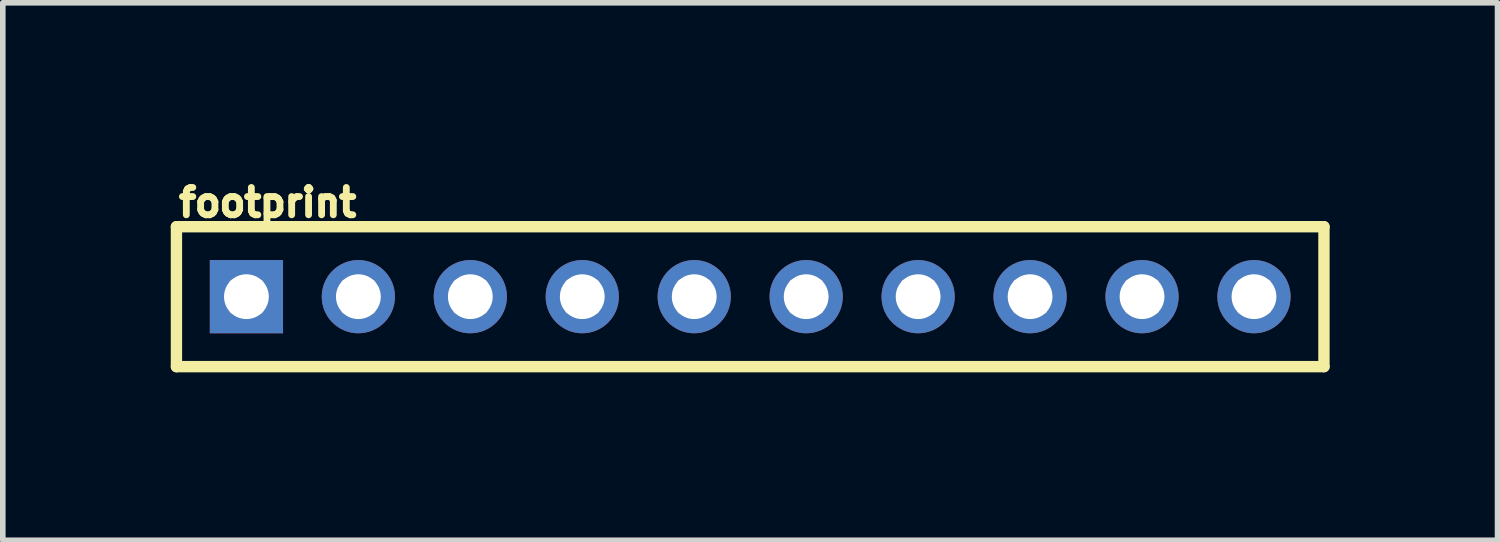
<source format=kicad_pcb>
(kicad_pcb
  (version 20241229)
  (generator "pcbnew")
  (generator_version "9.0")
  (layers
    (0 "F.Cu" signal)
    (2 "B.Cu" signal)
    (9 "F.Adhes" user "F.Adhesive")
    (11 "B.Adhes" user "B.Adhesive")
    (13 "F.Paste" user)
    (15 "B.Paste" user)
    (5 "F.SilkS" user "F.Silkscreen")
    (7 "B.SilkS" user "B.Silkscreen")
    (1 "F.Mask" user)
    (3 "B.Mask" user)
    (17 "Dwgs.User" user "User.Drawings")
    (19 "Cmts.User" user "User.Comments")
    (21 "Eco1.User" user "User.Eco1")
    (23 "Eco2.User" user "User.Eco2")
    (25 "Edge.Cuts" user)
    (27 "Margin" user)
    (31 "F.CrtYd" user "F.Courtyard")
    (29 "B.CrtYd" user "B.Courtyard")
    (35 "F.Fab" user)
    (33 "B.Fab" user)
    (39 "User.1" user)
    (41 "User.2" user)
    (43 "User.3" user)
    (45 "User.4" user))
  (footprint "footprint"
    (layer "F.Cu")
    (at 1.352 2.25)
    (property "Reference" "footprint" (at -1.27 -1.397 0) (layer "F.SilkS") (effects (font (size 0.488 0.488) (thickness 0.122)) (justify left bottom)))
    (fp_line (start -1.25 -1.25) (end -1.25 1.25) (stroke (width 0.203) (type solid)) (layer "F.SilkS"))
    (fp_line (start -1.25 -1.25) (end 19.25 -1.25) (stroke (width 0.203) (type solid)) (layer "F.SilkS"))
    (fp_line (start 19.25 -1.25) (end 19.25 1.25) (stroke (width 0.203) (type solid)) (layer "F.SilkS"))
    (fp_line (start 19.25 1.25) (end -1.25 1.25) (stroke (width 0.203) (type solid)) (layer "F.SilkS"))
    (fp_poly (pts (xy -0.254 0.254) (xy 0.254 0.254) (xy 0.254 -0.254) (xy -0.254 -0.254)) (stroke (width 0.1) (type solid)) (fill no) (layer "F.Fab"))
    (fp_poly (pts (xy 1.746 0.254) (xy 2.254 0.254) (xy 2.254 -0.254) (xy 1.746 -0.254)) (stroke (width 0.1) (type solid)) (fill no) (layer "F.Fab"))
    (fp_poly (pts (xy 3.746 0.254) (xy 4.254 0.254) (xy 4.254 -0.254) (xy 3.746 -0.254)) (stroke (width 0.1) (type solid)) (fill no) (layer "F.Fab"))
    (fp_poly (pts (xy 5.746 0.254) (xy 6.254 0.254) (xy 6.254 -0.254) (xy 5.746 -0.254)) (stroke (width 0.1) (type solid)) (fill no) (layer "F.Fab"))
    (fp_poly (pts (xy 7.746 0.254) (xy 8.254 0.254) (xy 8.254 -0.254) (xy 7.746 -0.254)) (stroke (width 0.1) (type solid)) (fill no) (layer "F.Fab"))
    (fp_poly (pts (xy 9.746 0.254) (xy 10.254 0.254) (xy 10.254 -0.254) (xy 9.746 -0.254)) (stroke (width 0.1) (type solid)) (fill no) (layer "F.Fab"))
    (fp_poly (pts (xy 11.746 0.254) (xy 12.254 0.254) (xy 12.254 -0.254) (xy 11.746 -0.254)) (stroke (width 0.1) (type solid)) (fill no) (layer "F.Fab"))
    (fp_poly (pts (xy 13.746 0.254) (xy 14.254 0.254) (xy 14.254 -0.254) (xy 13.746 -0.254)) (stroke (width 0.1) (type solid)) (fill no) (layer "F.Fab"))
    (fp_poly (pts (xy 15.746 0.254) (xy 16.254 0.254) (xy 16.254 -0.254) (xy 15.746 -0.254)) (stroke (width 0.1) (type solid)) (fill no) (layer "F.Fab"))
    (fp_poly (pts (xy 17.746 0.254) (xy 18.254 0.254) (xy 18.254 -0.254) (xy 17.746 -0.254)) (stroke (width 0.1) (type solid)) (fill no) (layer "F.Fab"))
    (pad "1" thru_hole rect (at 0 0 90) (size 1.308 1.308) (drill 0.8) (layers "*.Cu" "*.Mask"))
    (pad "2" thru_hole circle (at 2 0 90) (size 1.308 1.308) (drill 0.8) (layers "*.Cu" "*.Mask"))
    (pad "3" thru_hole circle (at 4 0 90) (size 1.308 1.308) (drill 0.8) (layers "*.Cu" "*.Mask"))
    (pad "4" thru_hole circle (at 6 0 90) (size 1.308 1.308) (drill 0.8) (layers "*.Cu" "*.Mask"))
    (pad "5" thru_hole circle (at 8 0 90) (size 1.308 1.308) (drill 0.8) (layers "*.Cu" "*.Mask"))
    (pad "6" thru_hole circle (at 10 0 90) (size 1.308 1.308) (drill 0.8) (layers "*.Cu" "*.Mask"))
    (pad "7" thru_hole circle (at 12 0 90) (size 1.308 1.308) (drill 0.8) (layers "*.Cu" "*.Mask"))
    (pad "8" thru_hole circle (at 14 0 90) (size 1.308 1.308) (drill 0.8) (layers "*.Cu" "*.Mask"))
    (pad "9" thru_hole circle (at 16 0 90) (size 1.308 1.308) (drill 0.8) (layers "*.Cu" "*.Mask"))
    (pad "10" thru_hole circle (at 18 0 90) (size 1.308 1.308) (drill 0.8) (layers "*.Cu" "*.Mask")))
  (gr_rect
    (start -3 -3)
    (end 23.703 6.602)
    (stroke (width 0.1) (type default))
    (fill no)
    (layer "Edge.Cuts")))
</source>
